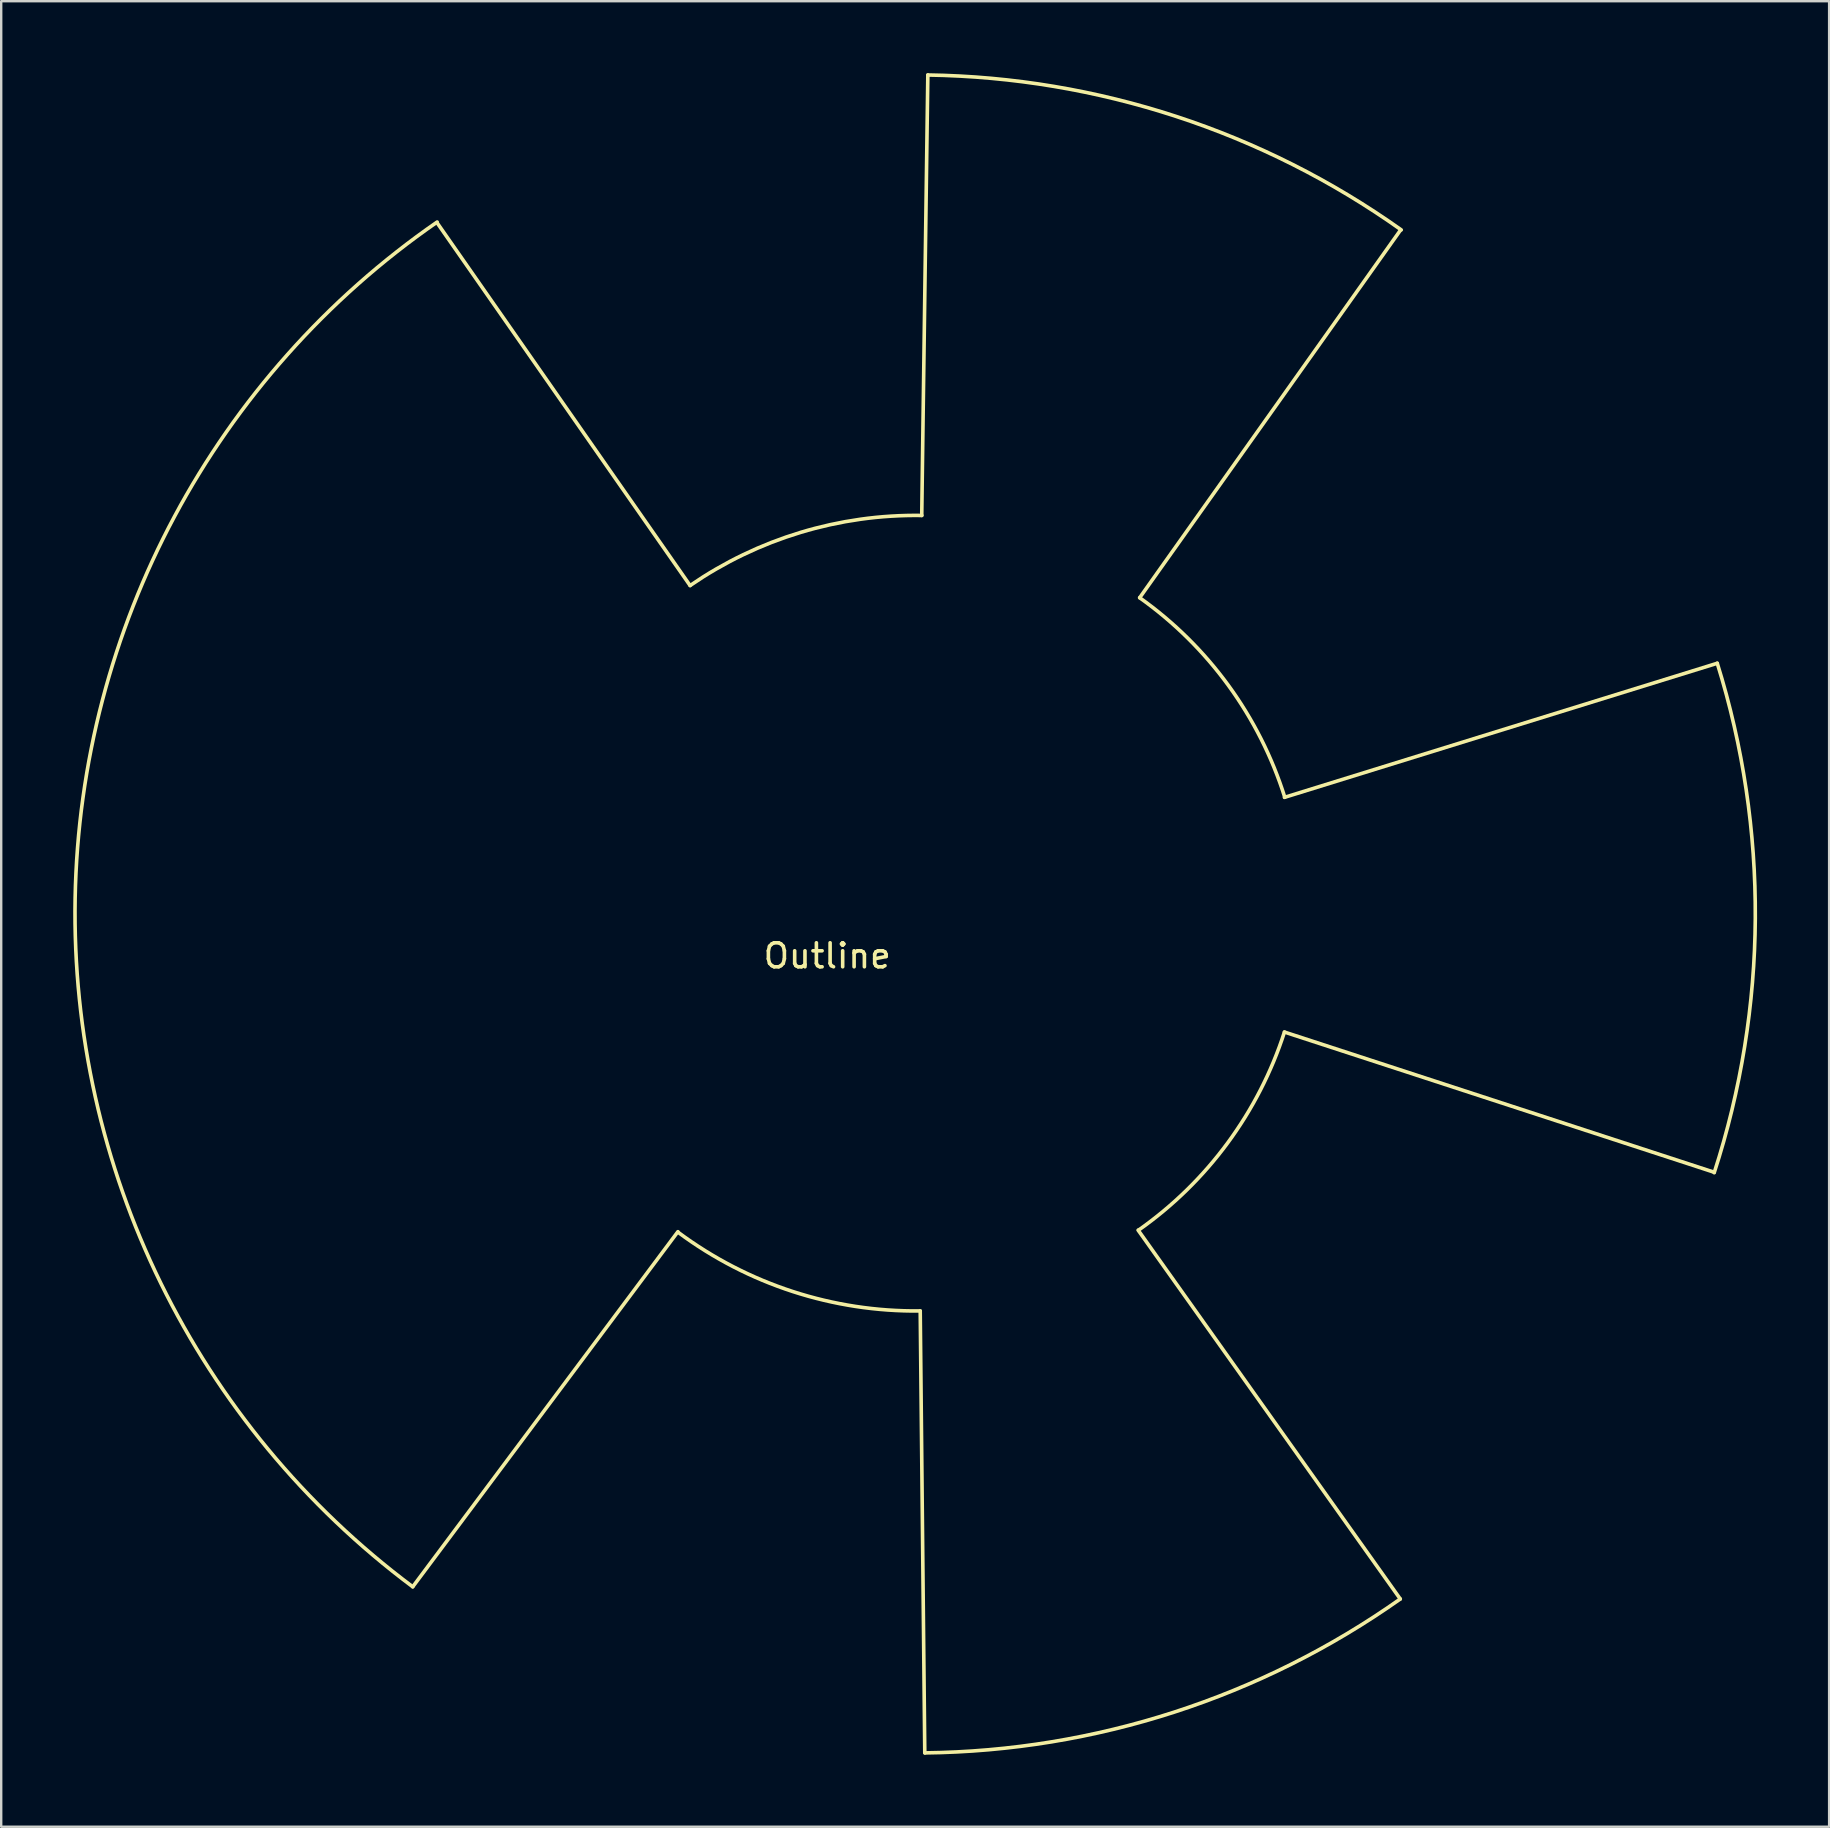
<source format=kicad_pcb>
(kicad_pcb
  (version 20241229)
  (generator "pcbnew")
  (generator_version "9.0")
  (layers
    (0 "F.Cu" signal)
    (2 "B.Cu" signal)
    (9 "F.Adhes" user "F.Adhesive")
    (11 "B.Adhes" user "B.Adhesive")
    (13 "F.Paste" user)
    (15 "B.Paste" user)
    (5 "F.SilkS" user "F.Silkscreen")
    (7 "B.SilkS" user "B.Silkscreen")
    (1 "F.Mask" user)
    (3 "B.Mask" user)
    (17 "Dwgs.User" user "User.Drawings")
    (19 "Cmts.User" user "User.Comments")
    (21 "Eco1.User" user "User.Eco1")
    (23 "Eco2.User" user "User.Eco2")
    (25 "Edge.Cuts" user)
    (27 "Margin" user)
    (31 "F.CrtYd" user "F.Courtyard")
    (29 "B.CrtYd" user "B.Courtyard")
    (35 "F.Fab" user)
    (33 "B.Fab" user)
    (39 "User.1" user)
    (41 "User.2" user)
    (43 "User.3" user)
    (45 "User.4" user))
  (footprint "Outline"
    (layer "F.Cu")
    (at 35.102 35)
    (property "Reference" "Outline" (at -3.683 1.778 0) (layer "F.SilkS") (effects (font (size 1 1) (thickness 0.15))))
    (attr through_hole)
    (fp_line (start -20.955 28.067) (end -9.906 13.271) (stroke (width 0.15) (type solid)) (layer "F.SilkS"))
    (fp_line (start -19.939 -28.765) (end -9.398 -13.652) (stroke (width 0.15) (type solid)) (layer "F.SilkS"))
    (fp_line (start 0.381 34.989) (end 0.191 16.573) (stroke (width 0.15) (type solid)) (layer "F.SilkS"))
    (fp_line (start 0.508 -34.925) (end 0.254 -16.573) (stroke (width 0.15) (type solid)) (layer "F.SilkS"))
    (fp_line (start 20.193 -28.448) (end 9.335 -13.145) (stroke (width 0.15) (type solid)) (layer "F.SilkS"))
    (fp_line (start 20.193 28.575) (end 9.271 13.208) (stroke (width 0.15) (type solid)) (layer "F.SilkS"))
    (fp_line (start 33.274 10.795) (end 15.367 4.953) (stroke (width 0.15) (type solid)) (layer "F.SilkS"))
    (fp_line (start 33.401 -10.414) (end 15.367 -4.826) (stroke (width 0.15) (type solid)) (layer "F.SilkS"))
    (fp_arc (start -20.955 28.067) (mid -35.021078 -0.626611) (end -19.937537 -28.798665) (stroke (width 0.15) (type solid)) (layer "F.SilkS"))
    (fp_arc (start -9.398 -13.6525) (mid -4.798054 -15.864799) (end 0.256938 -16.572482) (stroke (width 0.15) (type solid)) (layer "F.SilkS"))
    (fp_arc (start 0.1905 16.5735) (mid -5.120937 15.763667) (end -9.894268 13.297392) (stroke (width 0.15) (type solid)) (layer "F.SilkS"))
    (fp_arc (start 0.508 -34.925) (mid 10.861497 -33.197011) (end 20.23408 -28.470962) (stroke (width 0.15) (type solid)) (layer "F.SilkS"))
    (fp_arc (start 9.3345 -13.1445) (mid 13.038252 -9.48234) (end 15.381085 -4.830423) (stroke (width 0.15) (type solid)) (layer "F.SilkS"))
    (fp_arc (start 15.367 4.953) (mid 13.000066 9.574716) (end 9.288493 13.206089) (stroke (width 0.15) (type solid)) (layer "F.SilkS"))
    (fp_arc (start 20.193 28.575) (mid 10.778808 33.288214) (end 0.388752 34.987666) (stroke (width 0.15) (type solid)) (layer "F.SilkS"))
    (fp_arc (start 33.401 -10.414) (mid 34.986199 0.209862) (end 33.273666 10.813942) (stroke (width 0.15) (type solid)) (layer "F.SilkS")))
  (gr_rect
    (start -3 -3)
    (end 73.164 73.064)
    (stroke (width 0.1) (type default))
    (fill no)
    (layer "Edge.Cuts")))
</source>
